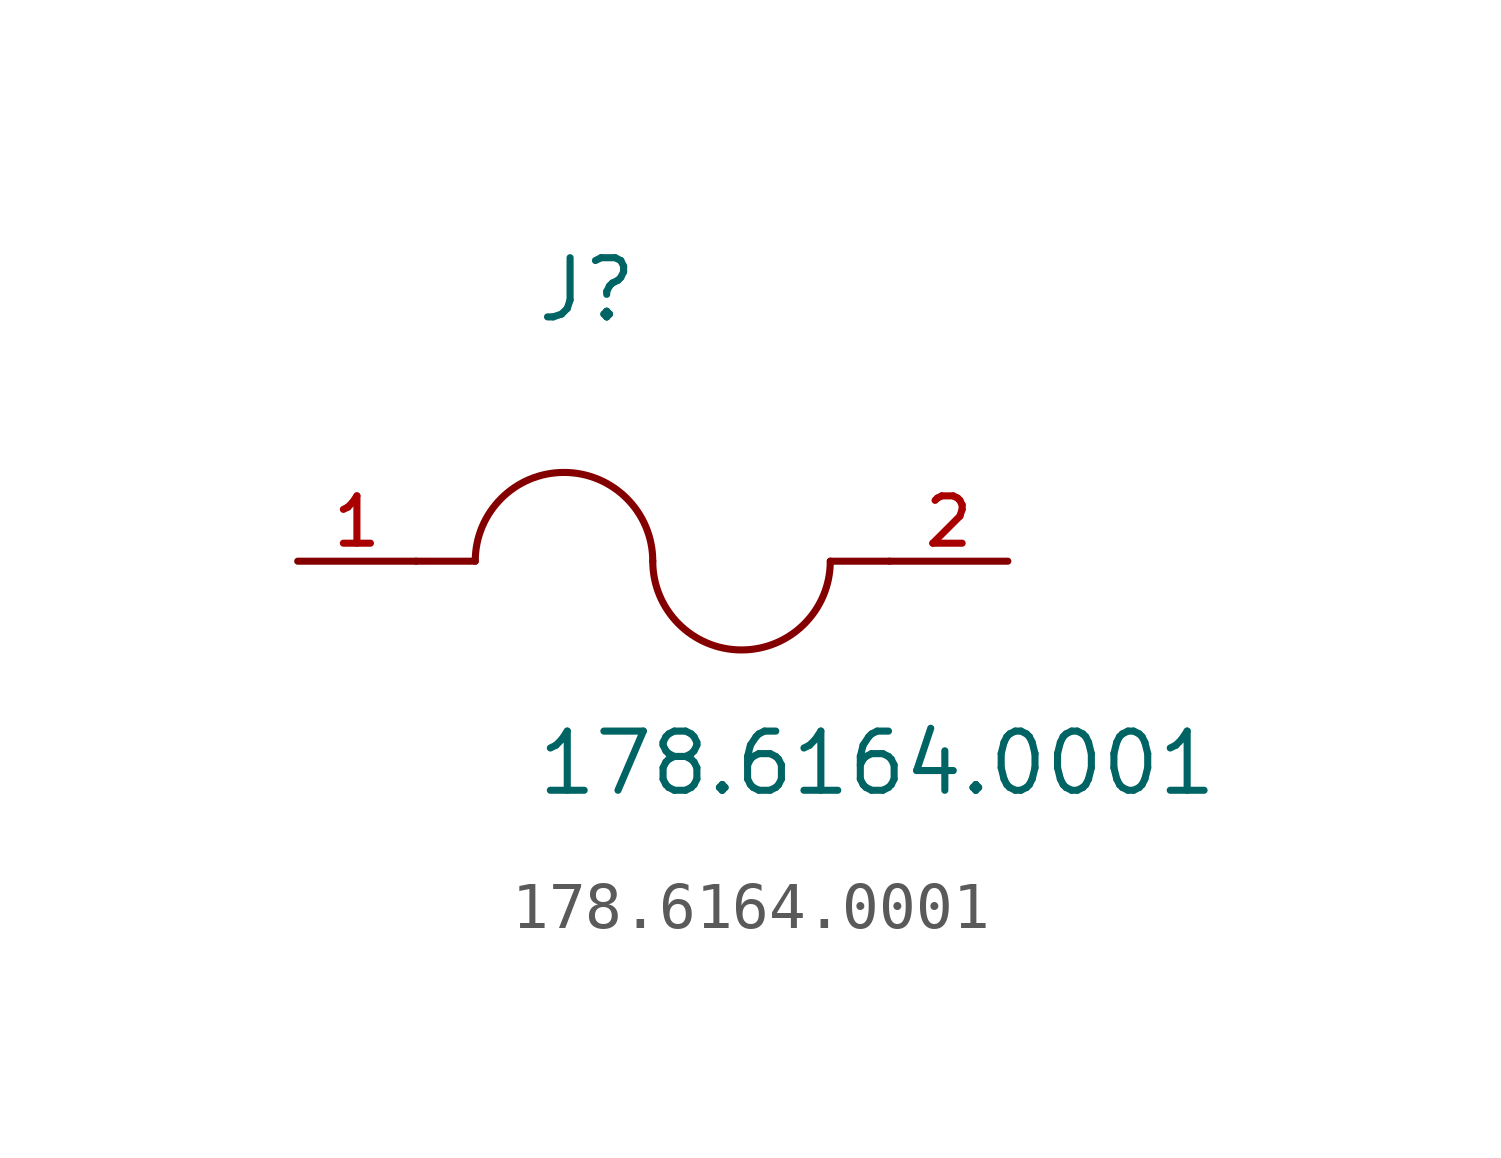
<source format=kicad_sym>
(kicad_symbol_lib
  (version 20211014)
  (generator kicad_symbol_editor)
  (symbol "178.6164.0001"
    (pin_names
      (offset 1.016))
    (property "Reference" "J"
      (at -2.54 5.08 0)
      (effects (font (size 1.27 1.27)) (justify bottom left)))
    (property "Value" "178.6164.0001"
      (at -2.54 -5.08 0)
      (effects (font (size 1.27 1.27)) (justify bottom left)))
    (symbol "178.6164.0001_0_0"
      (arc (start 0.0 0.0) (mid -1.905 1.905) (end -3.81 0.0) (stroke (width 0.1524) (type default) (color 0 0 0 0)) (fill (type none)))
      (arc (start 3.81 0.0) (mid 1.905 -1.905) (end 0.0 0.0) (stroke (width 0.1524) (type default) (color 0 0 0 0)) (fill (type none)))
      (polyline (pts (xy 5.08 0.0) (xy 3.81 0.0)) (stroke (width 0.152)))
      (polyline (pts (xy -5.08 0.0) (xy -3.81 0.0)) (stroke (width 0.152)))
      (pin passive line (at 7.62 0.0 180.0) (length 2.54) (name "~" (effects (font (size 1.016 1.016)))) (number "2" (effects (font (size 1.016 1.016)))))
      (pin passive line (at -7.62 0.0 0) (length 2.54) (name "~" (effects (font (size 1.016 1.016)))) (number "1" (effects (font (size 1.016 1.016))))))))
</source>
